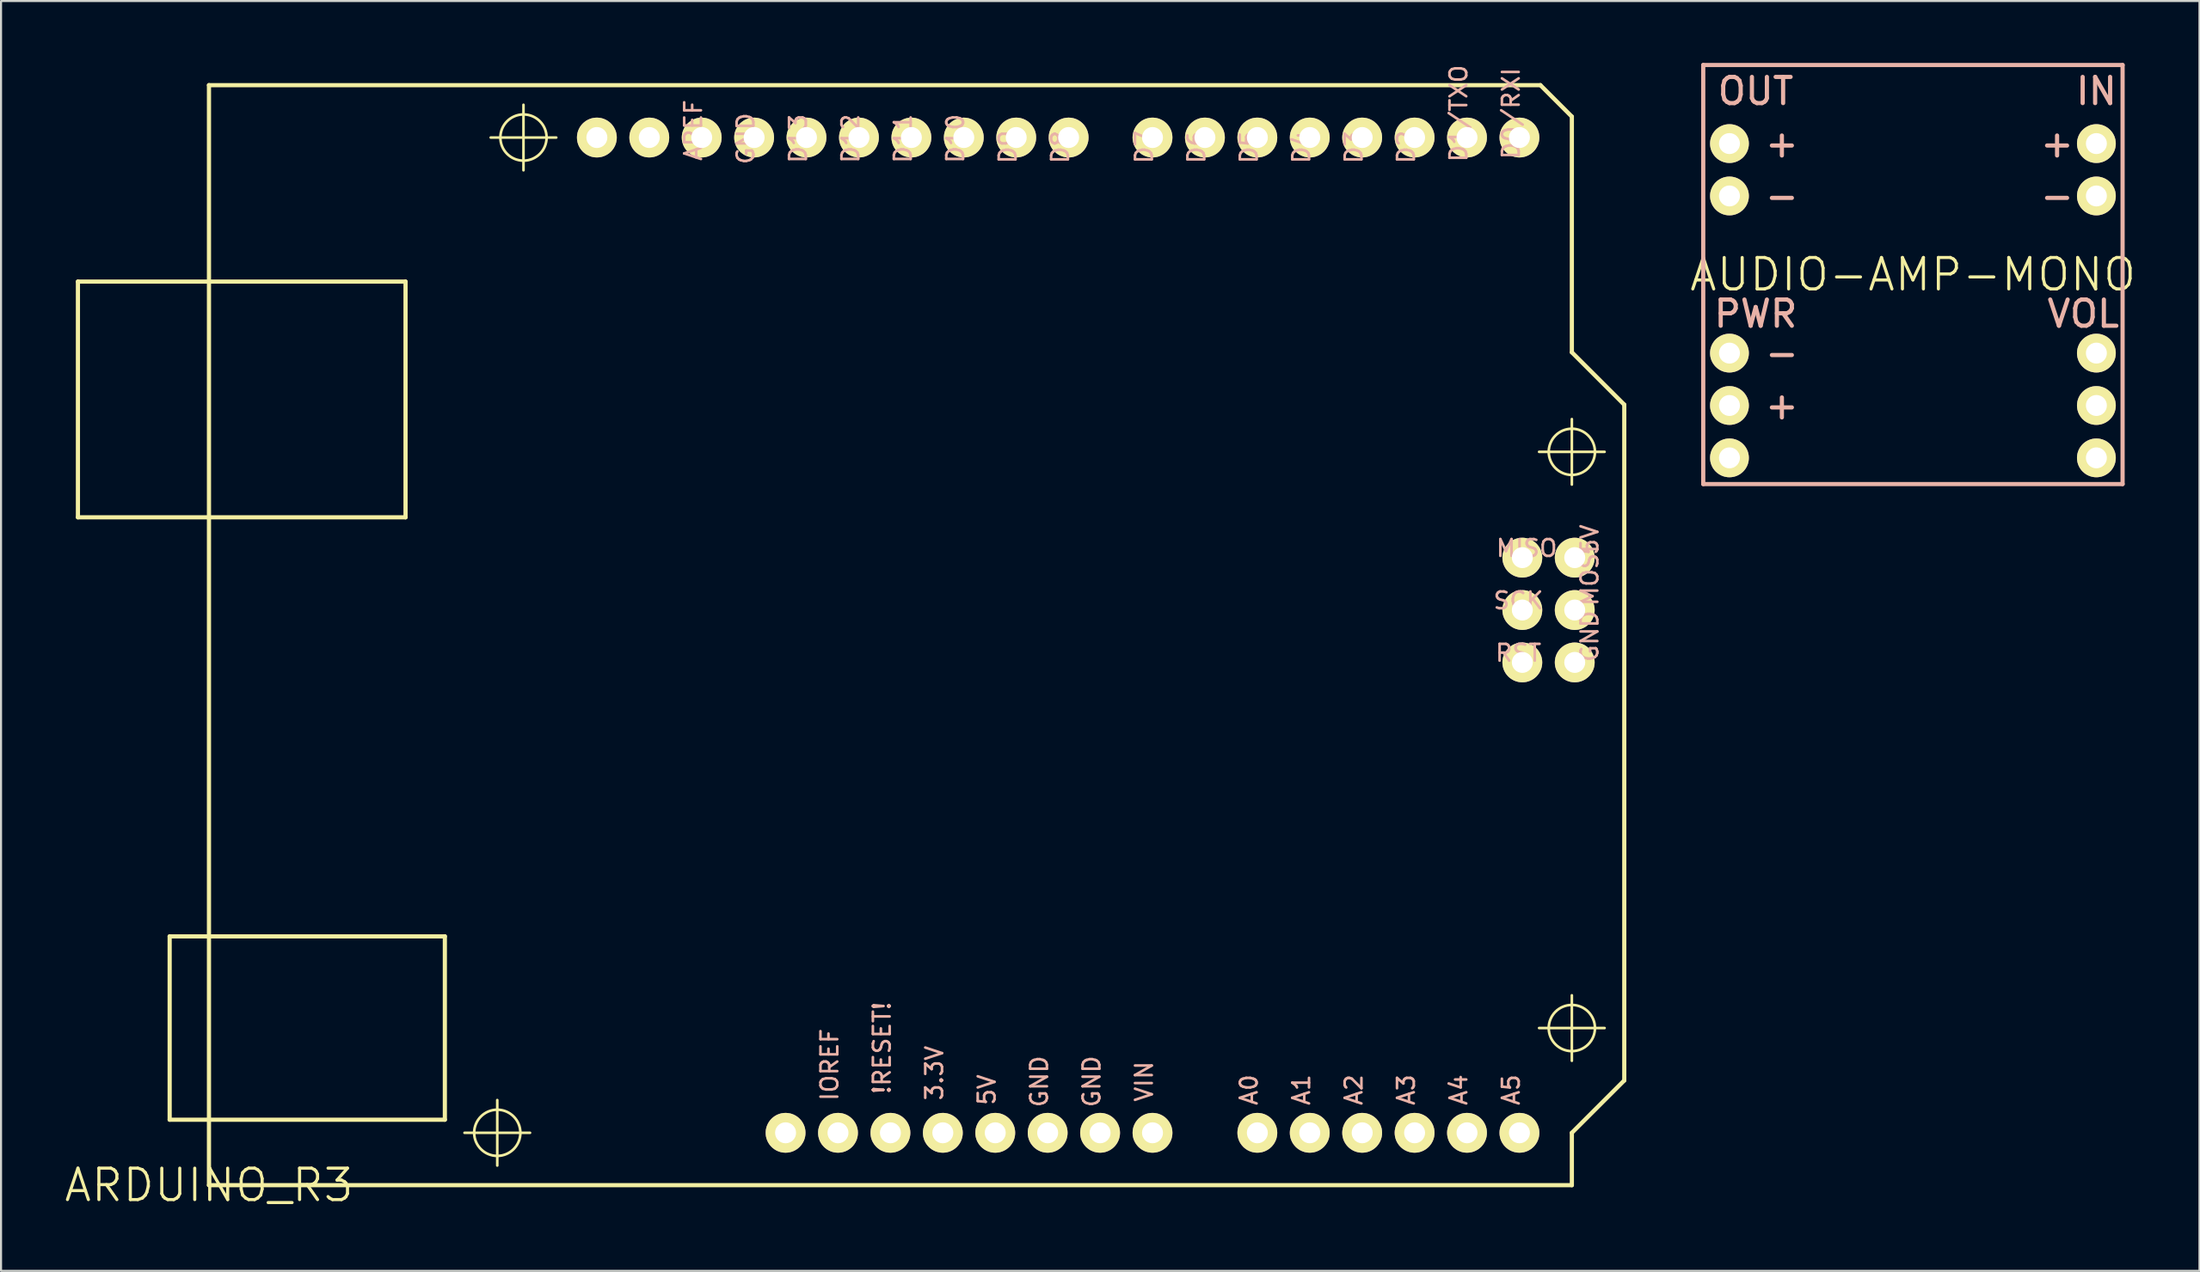
<source format=kicad_pcb>
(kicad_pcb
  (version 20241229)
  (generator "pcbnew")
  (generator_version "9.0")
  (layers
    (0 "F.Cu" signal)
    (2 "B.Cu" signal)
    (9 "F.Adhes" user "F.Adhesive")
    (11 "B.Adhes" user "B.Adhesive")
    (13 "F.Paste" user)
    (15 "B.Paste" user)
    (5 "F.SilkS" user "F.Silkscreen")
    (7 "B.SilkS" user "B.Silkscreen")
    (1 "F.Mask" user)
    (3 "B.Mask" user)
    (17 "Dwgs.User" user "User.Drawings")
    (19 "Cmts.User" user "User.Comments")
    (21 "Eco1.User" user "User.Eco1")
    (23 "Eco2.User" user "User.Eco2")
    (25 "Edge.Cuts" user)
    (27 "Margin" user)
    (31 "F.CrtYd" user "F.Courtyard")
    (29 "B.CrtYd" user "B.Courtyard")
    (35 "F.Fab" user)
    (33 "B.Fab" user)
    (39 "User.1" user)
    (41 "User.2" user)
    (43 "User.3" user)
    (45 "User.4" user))
  (footprint "AUDIO-AMP-MONO"
    (layer "F.Cu")
    (at 89.643 10.262)
    (property "Reference" "AUDIO-AMP-MONO" (at 0 0 0) (layer "F.SilkS") (effects (font (size 1.524 1.524) (thickness 0.15))))
    (attr exclude_from_pos_files exclude_from_bom)
    (fp_line (start -10.16 -10.16) (end 10.16 -10.16) (stroke (width 0.203) (type solid)) (layer "B.SilkS"))
    (fp_line (start -10.16 10.16) (end -10.16 -10.16) (stroke (width 0.203) (type solid)) (layer "B.SilkS"))
    (fp_line (start 10.16 -10.16) (end 10.16 10.16) (stroke (width 0.203) (type solid)) (layer "B.SilkS"))
    (fp_line (start 10.16 10.16) (end -10.16 10.16) (stroke (width 0.203) (type solid)) (layer "B.SilkS"))
    (fp_text user "+" (at 6.985 -6.35 0) (layer "B.SilkS") (effects (font (size 1.27 1.27) (thickness 0.203))))
    (fp_text user "-" (at 6.985 -3.81 0) (layer "B.SilkS") (effects (font (size 1.27 1.27) (thickness 0.203))))
    (fp_text user "PWR" (at -7.62 1.905 0) (layer "B.SilkS") (effects (font (size 1.27 1.27) (thickness 0.203))))
    (fp_text user "IN" (at 8.89 -8.89 0) (layer "B.SilkS") (effects (font (size 1.27 1.27) (thickness 0.203))))
    (fp_text user "-" (at -6.35 3.81 0) (layer "B.SilkS") (effects (font (size 1.27 1.27) (thickness 0.203))))
    (fp_text user "OUT" (at -7.62 -8.89 0) (layer "B.SilkS") (effects (font (size 1.27 1.27) (thickness 0.203))))
    (fp_text user "+" (at -6.35 6.35 0) (layer "B.SilkS") (effects (font (size 1.27 1.27) (thickness 0.203))))
    (fp_text user "-" (at -6.35 -3.81 0) (layer "B.SilkS") (effects (font (size 1.27 1.27) (thickness 0.203))))
    (fp_text user "+" (at -6.35 -6.35 0) (layer "B.SilkS") (effects (font (size 1.27 1.27) (thickness 0.203))))
    (fp_text user "VOL" (at 8.255 1.905 0) (layer "B.SilkS") (effects (font (size 1.27 1.27) (thickness 0.203))))
    (pad "IN+" thru_hole circle (at 8.89 -6.35) (size 1.88 1.88) (drill 1.016) (layers "*.Cu" "F.Mask" "F.SilkS" "F.Paste"))
    (pad "IN-" thru_hole circle (at 8.89 -3.81) (size 1.88 1.88) (drill 1.016) (layers "*.Cu" "F.Mask" "F.SilkS" "F.Paste"))
    (pad "OUT+" thru_hole circle (at -8.89 -6.35) (size 1.88 1.88) (drill 1.016) (layers "*.Cu" "F.Mask" "F.SilkS" "F.Paste"))
    (pad "OUT-" thru_hole circle (at -8.89 -3.81) (size 1.88 1.88) (drill 1.016) (layers "*.Cu" "F.Mask" "F.SilkS" "F.Paste"))
    (pad "PWR+" thru_hole circle (at -8.89 6.35) (size 1.88 1.88) (drill 1.016) (layers "*.Cu" "F.Mask" "F.SilkS" "F.Paste"))
    (pad "PWR-" thru_hole circle (at -8.89 3.81) (size 1.88 1.88) (drill 1.016) (layers "*.Cu" "F.Mask" "F.SilkS" "F.Paste"))
    (pad "S" thru_hole circle (at -8.89 8.89) (size 1.88 1.88) (drill 1.016) (layers "*.Cu" "F.Mask" "F.SilkS" "F.Paste"))
    (pad "VOL" thru_hole circle (at 8.89 6.35) (size 1.88 1.88) (drill 1.016) (layers "*.Cu" "F.Mask" "F.SilkS" "F.Paste"))
    (pad "VOL+" thru_hole circle (at 8.89 8.89) (size 1.88 1.88) (drill 1.016) (layers "*.Cu" "F.Mask" "F.SilkS" "F.Paste"))
    (pad "VOL-" thru_hole circle (at 8.89 3.81) (size 1.88 1.88) (drill 1.016) (layers "*.Cu" "F.Mask" "F.SilkS" "F.Paste")))
  (footprint "ARDUINO_R3"
    (layer "F.Cu")
    (at 7.076 54.419)
    (property "Reference" "ARDUINO_R3" (at 0 0 0) (layer "F.SilkS") (effects (font (size 1.524 1.524) (thickness 0.15))))
    (attr exclude_from_pos_files exclude_from_bom)
    (fp_line (start -6.35 -43.815) (end 9.525 -43.815) (stroke (width 0.203) (type solid)) (layer "F.SilkS"))
    (fp_line (start -6.35 -32.385) (end -6.35 -43.815) (stroke (width 0.203) (type solid)) (layer "F.SilkS"))
    (fp_line (start -1.905 -12.065) (end 11.43 -12.065) (stroke (width 0.203) (type solid)) (layer "F.SilkS"))
    (fp_line (start -1.905 -3.175) (end -1.905 -12.065) (stroke (width 0.203) (type solid)) (layer "F.SilkS"))
    (fp_line (start 0 -53.34) (end 64.516 -53.34) (stroke (width 0.203) (type solid)) (layer "F.SilkS"))
    (fp_line (start 0 0) (end 0 -53.34) (stroke (width 0.203) (type solid)) (layer "F.SilkS"))
    (fp_line (start 9.525 -43.815) (end 9.525 -32.385) (stroke (width 0.203) (type solid)) (layer "F.SilkS"))
    (fp_line (start 9.525 -32.385) (end -6.35 -32.385) (stroke (width 0.203) (type solid)) (layer "F.SilkS"))
    (fp_line (start 11.43 -12.065) (end 11.43 -3.175) (stroke (width 0.203) (type solid)) (layer "F.SilkS"))
    (fp_line (start 11.43 -3.175) (end -1.905 -3.175) (stroke (width 0.203) (type solid)) (layer "F.SilkS"))
    (fp_line (start 12.383 -2.54) (end 15.557 -2.54) (stroke (width 0.127) (type solid)) (layer "F.SilkS"))
    (fp_line (start 13.652 -50.8) (end 16.828 -50.8) (stroke (width 0.127) (type solid)) (layer "F.SilkS"))
    (fp_line (start 13.97 -0.953) (end 13.97 -4.128) (stroke (width 0.127) (type solid)) (layer "F.SilkS"))
    (fp_line (start 15.24 -49.212) (end 15.24 -52.388) (stroke (width 0.127) (type solid)) (layer "F.SilkS"))
    (fp_line (start 64.453 -35.56) (end 67.627 -35.56) (stroke (width 0.127) (type solid)) (layer "F.SilkS"))
    (fp_line (start 64.453 -7.62) (end 67.627 -7.62) (stroke (width 0.127) (type solid)) (layer "F.SilkS"))
    (fp_line (start 64.516 -53.34) (end 66.04 -51.816) (stroke (width 0.203) (type solid)) (layer "F.SilkS"))
    (fp_line (start 66.04 -51.816) (end 66.04 -40.386) (stroke (width 0.203) (type solid)) (layer "F.SilkS"))
    (fp_line (start 66.04 -40.386) (end 68.58 -37.846) (stroke (width 0.203) (type solid)) (layer "F.SilkS"))
    (fp_line (start 66.04 -33.972) (end 66.04 -37.148) (stroke (width 0.127) (type solid)) (layer "F.SilkS"))
    (fp_line (start 66.04 -6.032) (end 66.04 -9.207) (stroke (width 0.127) (type solid)) (layer "F.SilkS"))
    (fp_line (start 66.04 -2.54) (end 66.04 0) (stroke (width 0.203) (type solid)) (layer "F.SilkS"))
    (fp_line (start 66.04 0) (end 0 0) (stroke (width 0.203) (type solid)) (layer "F.SilkS"))
    (fp_line (start 68.58 -37.846) (end 68.58 -5.08) (stroke (width 0.203) (type solid)) (layer "F.SilkS"))
    (fp_line (start 68.58 -5.08) (end 66.04 -2.54) (stroke (width 0.203) (type solid)) (layer "F.SilkS"))
    (fp_circle (center 13.97 -2.54) (end 14.762 -3.332) (stroke (width 0.127) (type solid)) (fill no) (layer "F.SilkS"))
    (fp_circle (center 15.24 -50.8) (end 16.032 -51.592) (stroke (width 0.127) (type solid)) (fill no) (layer "F.SilkS"))
    (fp_circle (center 66.04 -35.56) (end 66.832 -36.352) (stroke (width 0.127) (type solid)) (fill no) (layer "F.SilkS"))
    (fp_circle (center 66.04 -7.62) (end 66.832 -8.412) (stroke (width 0.127) (type solid)) (fill no) (layer "F.SilkS"))
    (fp_text user "D0/RXI" (at 63.094 -51.968 90) (layer "B.SilkS") (effects (font (size 0.813 0.813) (thickness 0.127))))
    (fp_text user "D11" (at 33.63 -50.749 90) (layer "B.SilkS") (effects (font (size 0.813 0.813) (thickness 0.127))))
    (fp_text user "MOSI" (at 66.904 -29.566 90) (layer "B.SilkS") (effects (font (size 0.813 0.813) (thickness 0.127))))
    (fp_text user "SCK" (at 63.449 -28.346 0) (layer "B.SilkS") (effects (font (size 0.813 0.813) (thickness 0.127))))
    (fp_text user "D4" (at 52.934 -50.343 90) (layer "B.SilkS") (effects (font (size 0.813 0.813) (thickness 0.127))))
    (fp_text user "MISO" (at 63.853 -30.886 0) (layer "B.SilkS") (effects (font (size 0.813 0.813) (thickness 0.127))))
    (fp_text user "5V" (at 37.694 -4.623 90) (layer "B.SilkS") (effects (font (size 0.813 0.813) (thickness 0.127))))
    (fp_text user "3.3V" (at 35.151 -5.436 90) (layer "B.SilkS") (effects (font (size 0.813 0.813) (thickness 0.127))))
    (fp_text user "D9" (at 38.71 -50.343 90) (layer "B.SilkS") (effects (font (size 0.813 0.813) (thickness 0.127))))
    (fp_text user "GND" (at 26.01 -50.749 90) (layer "B.SilkS") (effects (font (size 0.813 0.813) (thickness 0.127))))
    (fp_text user "D7" (at 45.314 -50.343 90) (layer "B.SilkS") (effects (font (size 0.813 0.813) (thickness 0.127))))
    (fp_text user "A4" (at 60.554 -4.623 90) (layer "B.SilkS") (effects (font (size 0.813 0.813) (thickness 0.127))))
    (fp_text user "D13" (at 28.55 -50.749 90) (layer "B.SilkS") (effects (font (size 0.813 0.813) (thickness 0.127))))
    (fp_text user "D8" (at 41.25 -50.343 90) (layer "B.SilkS") (effects (font (size 0.813 0.813) (thickness 0.127))))
    (fp_text user "D3" (at 55.474 -50.343 90) (layer "B.SilkS") (effects (font (size 0.813 0.813) (thickness 0.127))))
    (fp_text user "A0" (at 50.394 -4.623 90) (layer "B.SilkS") (effects (font (size 0.813 0.813) (thickness 0.127))))
    (fp_text user "D12" (at 31.09 -50.749 90) (layer "B.SilkS") (effects (font (size 0.813 0.813) (thickness 0.127))))
    (fp_text user "!RESET!" (at 32.614 -6.655 90) (layer "B.SilkS") (effects (font (size 0.813 0.813) (thickness 0.127))))
    (fp_text user "GND" (at 66.904 -26.619 90) (layer "B.SilkS") (effects (font (size 0.813 0.813) (thickness 0.127))))
    (fp_text user "RST" (at 63.449 -25.806 0) (layer "B.SilkS") (effects (font (size 0.813 0.813) (thickness 0.127))))
    (fp_text user "IOREF" (at 30.074 -5.842 90) (layer "B.SilkS") (effects (font (size 0.813 0.813) (thickness 0.127))))
    (fp_text user "D6" (at 47.854 -50.343 90) (layer "B.SilkS") (effects (font (size 0.813 0.813) (thickness 0.127))))
    (fp_text user "D1/TXO" (at 60.554 -51.968 90) (layer "B.SilkS") (effects (font (size 0.813 0.813) (thickness 0.127))))
    (fp_text user "D5" (at 50.394 -50.343 90) (layer "B.SilkS") (effects (font (size 0.813 0.813) (thickness 0.127))))
    (fp_text user "GND" (at 40.234 -5.029 90) (layer "B.SilkS") (effects (font (size 0.813 0.813) (thickness 0.127))))
    (fp_text user "A3" (at 58.011 -4.623 90) (layer "B.SilkS") (effects (font (size 0.813 0.813) (thickness 0.127))))
    (fp_text user "A2" (at 55.474 -4.623 90) (layer "B.SilkS") (effects (font (size 0.813 0.813) (thickness 0.127))))
    (fp_text user "5V" (at 66.904 -31.293 90) (layer "B.SilkS") (effects (font (size 0.813 0.813) (thickness 0.127))))
    (fp_text user "D2" (at 58.011 -50.343 90) (layer "B.SilkS") (effects (font (size 0.813 0.813) (thickness 0.127))))
    (fp_text user "VIN" (at 45.314 -5.029 90) (layer "B.SilkS") (effects (font (size 0.813 0.813) (thickness 0.127))))
    (fp_text user "D10" (at 36.17 -50.749 90) (layer "B.SilkS") (effects (font (size 0.813 0.813) (thickness 0.127))))
    (fp_text user "GND" (at 42.774 -5.029 90) (layer "B.SilkS") (effects (font (size 0.813 0.813) (thickness 0.127))))
    (fp_text user "A5" (at 63.094 -4.623 90) (layer "B.SilkS") (effects (font (size 0.813 0.813) (thickness 0.127))))
    (fp_text user "A1" (at 52.934 -4.623 90) (layer "B.SilkS") (effects (font (size 0.813 0.813) (thickness 0.127))))
    (fp_text user "AREF" (at 23.47 -51.153 90) (layer "B.SilkS") (effects (font (size 0.813 0.813) (thickness 0.127))))
    (pad "3.3V" thru_hole circle (at 35.56 -2.54) (size 1.93 1.93) (drill 1.016) (layers "*.Cu" "F.Mask" "F.SilkS" "F.Paste"))
    (pad "5V" thru_hole circle (at 38.1 -2.54) (size 1.93 1.93) (drill 1.016) (layers "*.Cu" "F.Mask" "F.SilkS" "F.Paste"))
    (pad "A0" thru_hole circle (at 50.8 -2.54) (size 1.93 1.93) (drill 1.016) (layers "*.Cu" "F.Mask" "F.SilkS" "F.Paste"))
    (pad "A1" thru_hole circle (at 53.34 -2.54) (size 1.93 1.93) (drill 1.016) (layers "*.Cu" "F.Mask" "F.SilkS" "F.Paste"))
    (pad "A2" thru_hole circle (at 55.88 -2.54) (size 1.93 1.93) (drill 1.016) (layers "*.Cu" "F.Mask" "F.SilkS" "F.Paste"))
    (pad "A3" thru_hole circle (at 58.42 -2.54) (size 1.93 1.93) (drill 1.016) (layers "*.Cu" "F.Mask" "F.SilkS" "F.Paste"))
    (pad "A4" thru_hole circle (at 60.96 -2.54) (size 1.93 1.93) (drill 1.016) (layers "*.Cu" "F.Mask" "F.SilkS" "F.Paste"))
    (pad "A5" thru_hole circle (at 63.5 -2.54) (size 1.93 1.93) (drill 1.016) (layers "*.Cu" "F.Mask" "F.SilkS" "F.Paste"))
    (pad "AREF" thru_hole circle (at 23.876 -50.8) (size 1.93 1.93) (drill 1.016) (layers "*.Cu" "F.Mask" "F.SilkS" "F.Paste"))
    (pad "D0" thru_hole circle (at 63.5 -50.8) (size 1.93 1.93) (drill 1.016) (layers "*.Cu" "F.Mask" "F.SilkS" "F.Paste"))
    (pad "D1" thru_hole circle (at 60.96 -50.8) (size 1.93 1.93) (drill 1.016) (layers "*.Cu" "F.Mask" "F.SilkS" "F.Paste"))
    (pad "D2" thru_hole circle (at 58.42 -50.8) (size 1.93 1.93) (drill 1.016) (layers "*.Cu" "F.Mask" "F.SilkS" "F.Paste"))
    (pad "D3" thru_hole circle (at 55.88 -50.8) (size 1.93 1.93) (drill 1.016) (layers "*.Cu" "F.Mask" "F.SilkS" "F.Paste"))
    (pad "D4" thru_hole circle (at 53.34 -50.8) (size 1.93 1.93) (drill 1.016) (layers "*.Cu" "F.Mask" "F.SilkS" "F.Paste"))
    (pad "D5" thru_hole circle (at 50.8 -50.8) (size 1.93 1.93) (drill 1.016) (layers "*.Cu" "F.Mask" "F.SilkS" "F.Paste"))
    (pad "D6" thru_hole circle (at 48.26 -50.8) (size 1.93 1.93) (drill 1.016) (layers "*.Cu" "F.Mask" "F.SilkS" "F.Paste"))
    (pad "D7" thru_hole circle (at 45.72 -50.8) (size 1.93 1.93) (drill 1.016) (layers "*.Cu" "F.Mask" "F.SilkS" "F.Paste"))
    (pad "D8" thru_hole circle (at 41.656 -50.8) (size 1.93 1.93) (drill 1.016) (layers "*.Cu" "F.Mask" "F.SilkS" "F.Paste"))
    (pad "D9" thru_hole circle (at 39.116 -50.8) (size 1.93 1.93) (drill 1.016) (layers "*.Cu" "F.Mask" "F.SilkS" "F.Paste"))
    (pad "D10" thru_hole circle (at 36.576 -50.8) (size 1.93 1.93) (drill 1.016) (layers "*.Cu" "F.Mask" "F.SilkS" "F.Paste"))
    (pad "D11" thru_hole circle (at 34.036 -50.8) (size 1.93 1.93) (drill 1.016) (layers "*.Cu" "F.Mask" "F.SilkS" "F.Paste"))
    (pad "D12" thru_hole circle (at 31.496 -50.8) (size 1.93 1.93) (drill 1.016) (layers "*.Cu" "F.Mask" "F.SilkS" "F.Paste"))
    (pad "D13" thru_hole circle (at 28.953 -50.8) (size 1.93 1.93) (drill 1.016) (layers "*.Cu" "F.Mask" "F.SilkS" "F.Paste"))
    (pad "GND@" thru_hole circle (at 26.416 -50.8) (size 1.93 1.93) (drill 1.016) (layers "*.Cu" "F.Mask" "F.SilkS" "F.Paste"))
    (pad "GND@" thru_hole circle (at 40.64 -2.54) (size 1.93 1.93) (drill 1.016) (layers "*.Cu" "F.Mask" "F.SilkS" "F.Paste"))
    (pad "GND@" thru_hole circle (at 43.18 -2.54) (size 1.93 1.93) (drill 1.016) (layers "*.Cu" "F.Mask" "F.SilkS" "F.Paste"))
    (pad "GND@" thru_hole circle (at 66.18 -25.349) (size 1.93 1.93) (drill 1.016) (layers "*.Cu" "F.Mask" "F.SilkS" "F.Paste"))
    (pad "IORE" thru_hole circle (at 30.48 -2.54) (size 1.93 1.93) (drill 1.016) (layers "*.Cu" "F.Mask" "F.SilkS" "F.Paste"))
    (pad "MISO" thru_hole circle (at 63.64 -30.429) (size 1.93 1.93) (drill 1.016) (layers "*.Cu" "F.Mask" "F.SilkS" "F.Paste"))
    (pad "MOSI" thru_hole circle (at 66.18 -27.889) (size 1.93 1.93) (drill 1.016) (layers "*.Cu" "F.Mask" "F.SilkS" "F.Paste"))
    (pad "NC" thru_hole circle (at 27.94 -2.54) (size 1.93 1.93) (drill 1.016) (layers "*.Cu" "F.Mask" "F.SilkS" "F.Paste"))
    (pad "RESE" thru_hole circle (at 33.02 -2.54) (size 1.93 1.93) (drill 1.016) (layers "*.Cu" "F.Mask" "F.SilkS" "F.Paste"))
    (pad "RESE" thru_hole circle (at 63.64 -25.349) (size 1.93 1.93) (drill 1.016) (layers "*.Cu" "F.Mask" "F.SilkS" "F.Paste"))
    (pad "SCK" thru_hole circle (at 63.64 -27.889) (size 1.93 1.93) (drill 1.016) (layers "*.Cu" "F.Mask" "F.SilkS" "F.Paste"))
    (pad "SCL" thru_hole circle (at 18.796 -50.8) (size 1.93 1.93) (drill 1.016) (layers "*.Cu" "F.Mask" "F.SilkS" "F.Paste"))
    (pad "SDA" thru_hole circle (at 21.336 -50.8) (size 1.93 1.93) (drill 1.016) (layers "*.Cu" "F.Mask" "F.SilkS" "F.Paste"))
    (pad "VCC" thru_hole circle (at 66.18 -30.429) (size 1.93 1.93) (drill 1.016) (layers "*.Cu" "F.Mask" "F.SilkS" "F.Paste"))
    (pad "VIN" thru_hole circle (at 45.72 -2.54) (size 1.93 1.93) (drill 1.016) (layers "*.Cu" "F.Mask" "F.SilkS" "F.Paste")))
  (gr_rect
    (start -3 -3)
    (end 103.529 58.574)
    (stroke (width 0.1) (type default))
    (fill no)
    (layer "Edge.Cuts")))
</source>
